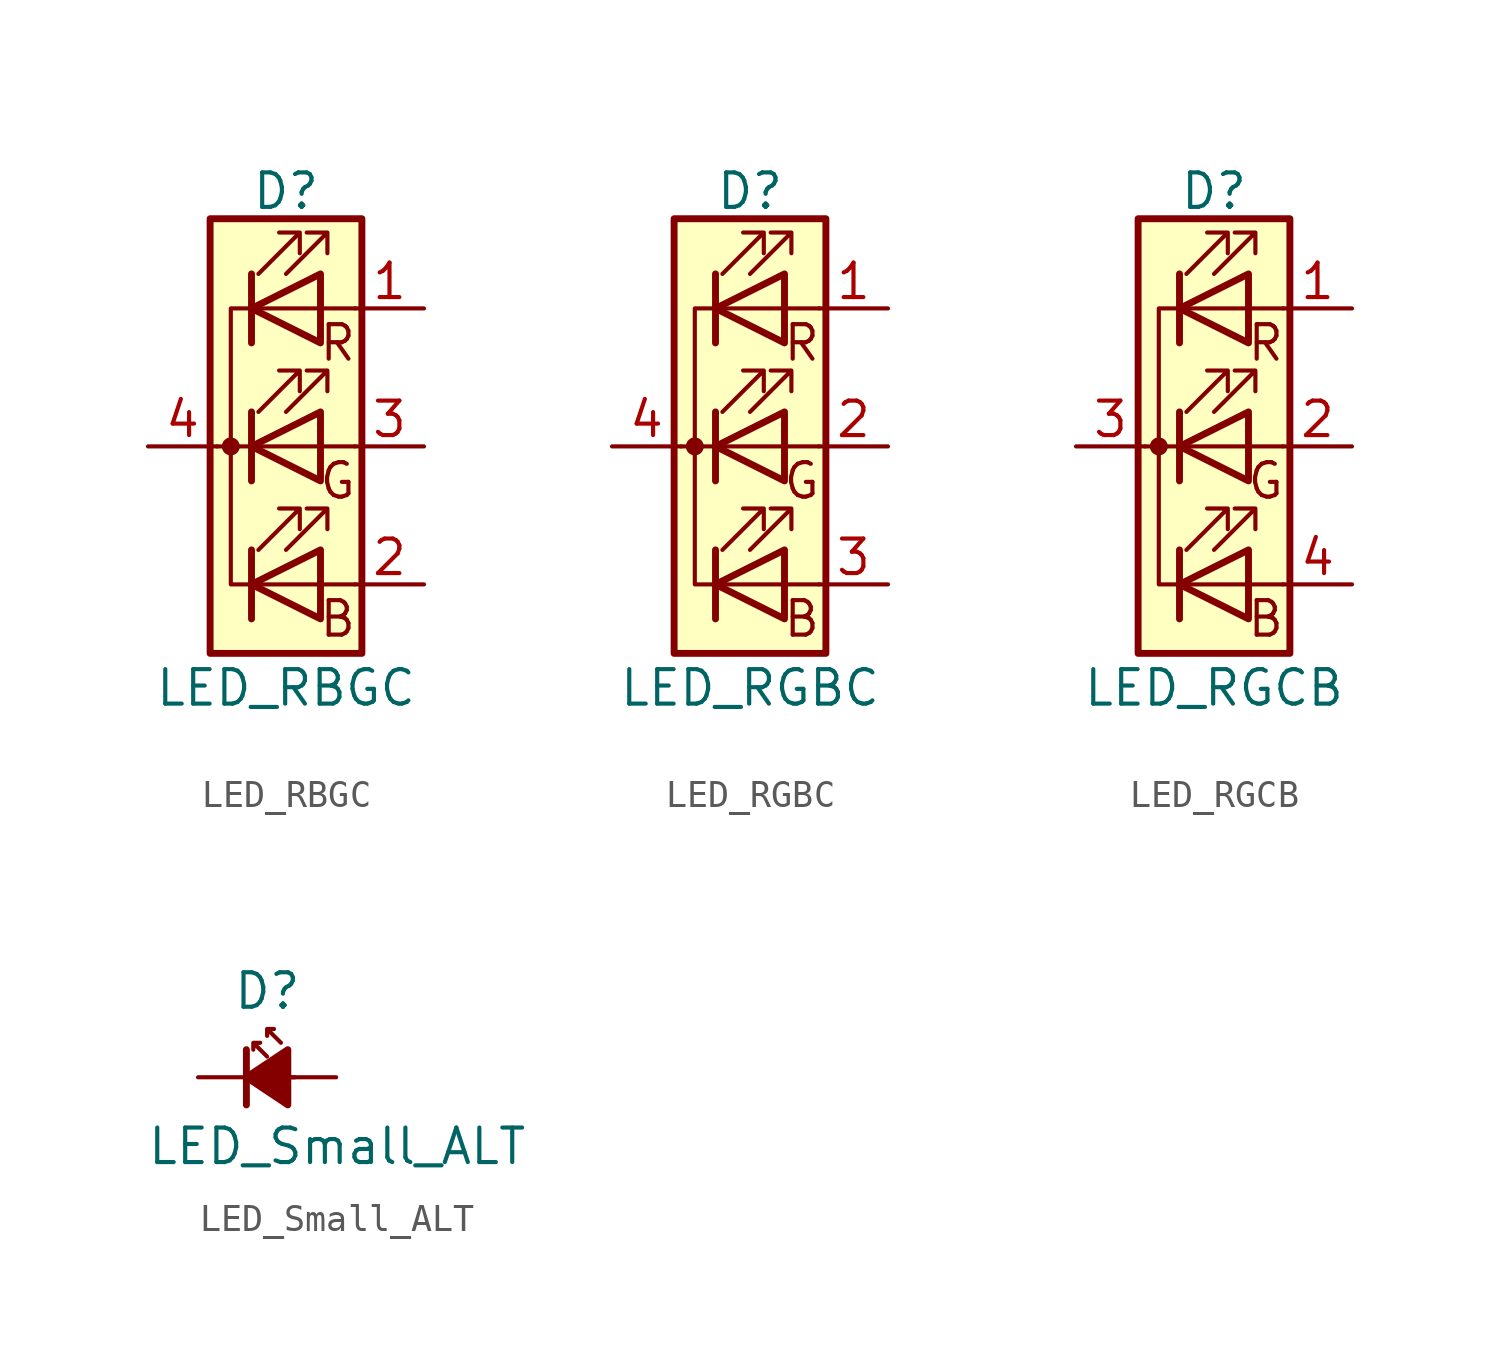
<source format=kicad_sym>
(kicad_symbol_lib
  (version 20211014)
  (generator kicad_symbol_editor)
  (symbol "LED_RBGC"
    (pin_names
      (offset 0) hide)
    (property "Reference" "D"
      (at 0 9.398 0)
      (effects (font (size 1.27 1.27))))
    (property "Value" "LED_RBGC"
      (at 0 -8.89 0)
      (effects (font (size 1.27 1.27))))
    (symbol "LED_RBGC_0_0"
      (text "B" (at 1.905 -6.35 0) (effects (font (size 1.27 1.27))))
      (text "G" (at 1.905 -1.27 0) (effects (font (size 1.27 1.27))))
      (text "R" (at 1.905 3.81 0) (effects (font (size 1.27 1.27)))))
    (symbol "LED_RBGC_0_1"
      (circle (center -2.032 0) (radius 0.254) (stroke (width 0) (type default) (color 0 0 0 0)) (fill (type outline)))
      (polyline (pts (xy -1.27 -5.08) (xy 1.27 -5.08)) (stroke (width 0) (type default) (color 0 0 0 0)) (fill (type none)))
      (polyline (pts (xy -1.27 -3.81) (xy -1.27 -6.35)) (stroke (width 0.254) (type default) (color 0 0 0 0)) (fill (type none)))
      (polyline (pts (xy -1.27 0) (xy -2.54 0)) (stroke (width 0) (type default) (color 0 0 0 0)) (fill (type none)))
      (polyline (pts (xy -1.27 1.27) (xy -1.27 -1.27)) (stroke (width 0.254) (type default) (color 0 0 0 0)) (fill (type none)))
      (polyline (pts (xy -1.27 5.08) (xy 1.27 5.08)) (stroke (width 0) (type default) (color 0 0 0 0)) (fill (type none)))
      (polyline (pts (xy -1.27 6.35) (xy -1.27 3.81)) (stroke (width 0.254) (type default) (color 0 0 0 0)) (fill (type none)))
      (polyline (pts (xy 1.27 -5.08) (xy 2.54 -5.08)) (stroke (width 0) (type default) (color 0 0 0 0)) (fill (type none)))
      (polyline (pts (xy 1.27 0) (xy -1.27 0)) (stroke (width 0) (type default) (color 0 0 0 0)) (fill (type none)))
      (polyline (pts (xy 1.27 0) (xy 2.54 0)) (stroke (width 0) (type default) (color 0 0 0 0)) (fill (type none)))
      (polyline (pts (xy 1.27 5.08) (xy 2.54 5.08)) (stroke (width 0) (type default) (color 0 0 0 0)) (fill (type none)))
      (polyline (pts (xy -1.27 1.27) (xy -1.27 -1.27) (xy -1.27 -1.27)) (stroke (width 0) (type default) (color 0 0 0 0)) (fill (type none)))
      (polyline (pts (xy -1.27 6.35) (xy -1.27 3.81) (xy -1.27 3.81)) (stroke (width 0) (type default) (color 0 0 0 0)) (fill (type none)))
      (polyline (pts (xy -1.27 5.08) (xy -2.032 5.08) (xy -2.032 -5.08) (xy -1.016 -5.08)) (stroke (width 0) (type default) (color 0 0 0 0)) (fill (type none)))
      (polyline (pts (xy 1.27 -3.81) (xy 1.27 -6.35) (xy -1.27 -5.08) (xy 1.27 -3.81)) (stroke (width 0.254) (type default) (color 0 0 0 0)) (fill (type none)))
      (polyline (pts (xy 1.27 1.27) (xy 1.27 -1.27) (xy -1.27 0) (xy 1.27 1.27)) (stroke (width 0.254) (type default) (color 0 0 0 0)) (fill (type none)))
      (polyline (pts (xy 1.27 6.35) (xy 1.27 3.81) (xy -1.27 5.08) (xy 1.27 6.35)) (stroke (width 0.254) (type default) (color 0 0 0 0)) (fill (type none)))
      (polyline (pts (xy -1.016 -3.81) (xy 0.508 -2.286) (xy -0.254 -2.286) (xy 0.508 -2.286) (xy 0.508 -3.048)) (stroke (width 0) (type default) (color 0 0 0 0)) (fill (type none)))
      (polyline (pts (xy -1.016 1.27) (xy 0.508 2.794) (xy -0.254 2.794) (xy 0.508 2.794) (xy 0.508 2.032)) (stroke (width 0) (type default) (color 0 0 0 0)) (fill (type none)))
      (polyline (pts (xy -1.016 6.35) (xy 0.508 7.874) (xy -0.254 7.874) (xy 0.508 7.874) (xy 0.508 7.112)) (stroke (width 0) (type default) (color 0 0 0 0)) (fill (type none)))
      (polyline (pts (xy 0 -3.81) (xy 1.524 -2.286) (xy 0.762 -2.286) (xy 1.524 -2.286) (xy 1.524 -3.048)) (stroke (width 0) (type default) (color 0 0 0 0)) (fill (type none)))
      (polyline (pts (xy 0 1.27) (xy 1.524 2.794) (xy 0.762 2.794) (xy 1.524 2.794) (xy 1.524 2.032)) (stroke (width 0) (type default) (color 0 0 0 0)) (fill (type none)))
      (polyline (pts (xy 0 6.35) (xy 1.524 7.874) (xy 0.762 7.874) (xy 1.524 7.874) (xy 1.524 7.112)) (stroke (width 0) (type default) (color 0 0 0 0)) (fill (type none)))
      (rectangle (start 1.27 -1.27) (end 1.27 1.27) (stroke (width 0) (type default) (color 0 0 0 0)) (fill (type none)))
      (rectangle (start 1.27 1.27) (end 1.27 1.27) (stroke (width 0) (type default) (color 0 0 0 0)) (fill (type none)))
      (rectangle (start 1.27 3.81) (end 1.27 6.35) (stroke (width 0) (type default) (color 0 0 0 0)) (fill (type none)))
      (rectangle (start 1.27 6.35) (end 1.27 6.35) (stroke (width 0) (type default) (color 0 0 0 0)) (fill (type none)))
      (rectangle (start 2.794 8.382) (end -2.794 -7.62) (stroke (width 0.254) (type default) (color 0 0 0 0)) (fill (type background))))
    (symbol "LED_RBGC_1_1"
      (pin passive line (at 5.08 5.08 180) (length 2.54) (name "RA" (effects (font (size 1.27 1.27)))) (number "1" (effects (font (size 1.27 1.27)))))
      (pin passive line (at 5.08 -5.08 180) (length 2.54) (name "BA" (effects (font (size 1.27 1.27)))) (number "2" (effects (font (size 1.27 1.27)))))
      (pin passive line (at 5.08 0 180) (length 2.54) (name "GA" (effects (font (size 1.27 1.27)))) (number "3" (effects (font (size 1.27 1.27)))))
      (pin passive line (at -5.08 0 0) (length 2.54) (name "K" (effects (font (size 1.27 1.27)))) (number "4" (effects (font (size 1.27 1.27)))))))
  (symbol "LED_RGBC"
    (pin_names
      (offset 0) hide)
    (property "Reference" "D"
      (at 0 9.398 0)
      (effects (font (size 1.27 1.27))))
    (property "Value" "LED_RGBC"
      (at 0 -8.89 0)
      (effects (font (size 1.27 1.27))))
    (symbol "LED_RGBC_0_0"
      (text "B" (at 1.905 -6.35 0) (effects (font (size 1.27 1.27))))
      (text "G" (at 1.905 -1.27 0) (effects (font (size 1.27 1.27))))
      (text "R" (at 1.905 3.81 0) (effects (font (size 1.27 1.27)))))
    (symbol "LED_RGBC_0_1"
      (circle (center -2.032 0) (radius 0.254) (stroke (width 0) (type default) (color 0 0 0 0)) (fill (type outline)))
      (polyline (pts (xy -1.27 -5.08) (xy 1.27 -5.08)) (stroke (width 0) (type default) (color 0 0 0 0)) (fill (type none)))
      (polyline (pts (xy -1.27 -3.81) (xy -1.27 -6.35)) (stroke (width 0.254) (type default) (color 0 0 0 0)) (fill (type none)))
      (polyline (pts (xy -1.27 0) (xy -2.54 0)) (stroke (width 0) (type default) (color 0 0 0 0)) (fill (type none)))
      (polyline (pts (xy -1.27 1.27) (xy -1.27 -1.27)) (stroke (width 0.254) (type default) (color 0 0 0 0)) (fill (type none)))
      (polyline (pts (xy -1.27 5.08) (xy 1.27 5.08)) (stroke (width 0) (type default) (color 0 0 0 0)) (fill (type none)))
      (polyline (pts (xy -1.27 6.35) (xy -1.27 3.81)) (stroke (width 0.254) (type default) (color 0 0 0 0)) (fill (type none)))
      (polyline (pts (xy 1.27 -5.08) (xy 2.54 -5.08)) (stroke (width 0) (type default) (color 0 0 0 0)) (fill (type none)))
      (polyline (pts (xy 1.27 0) (xy -1.27 0)) (stroke (width 0) (type default) (color 0 0 0 0)) (fill (type none)))
      (polyline (pts (xy 1.27 0) (xy 2.54 0)) (stroke (width 0) (type default) (color 0 0 0 0)) (fill (type none)))
      (polyline (pts (xy 1.27 5.08) (xy 2.54 5.08)) (stroke (width 0) (type default) (color 0 0 0 0)) (fill (type none)))
      (polyline (pts (xy -1.27 1.27) (xy -1.27 -1.27) (xy -1.27 -1.27)) (stroke (width 0) (type default) (color 0 0 0 0)) (fill (type none)))
      (polyline (pts (xy -1.27 6.35) (xy -1.27 3.81) (xy -1.27 3.81)) (stroke (width 0) (type default) (color 0 0 0 0)) (fill (type none)))
      (polyline (pts (xy -1.27 5.08) (xy -2.032 5.08) (xy -2.032 -5.08) (xy -1.016 -5.08)) (stroke (width 0) (type default) (color 0 0 0 0)) (fill (type none)))
      (polyline (pts (xy 1.27 -3.81) (xy 1.27 -6.35) (xy -1.27 -5.08) (xy 1.27 -3.81)) (stroke (width 0.254) (type default) (color 0 0 0 0)) (fill (type none)))
      (polyline (pts (xy 1.27 1.27) (xy 1.27 -1.27) (xy -1.27 0) (xy 1.27 1.27)) (stroke (width 0.254) (type default) (color 0 0 0 0)) (fill (type none)))
      (polyline (pts (xy 1.27 6.35) (xy 1.27 3.81) (xy -1.27 5.08) (xy 1.27 6.35)) (stroke (width 0.254) (type default) (color 0 0 0 0)) (fill (type none)))
      (polyline (pts (xy -1.016 -3.81) (xy 0.508 -2.286) (xy -0.254 -2.286) (xy 0.508 -2.286) (xy 0.508 -3.048)) (stroke (width 0) (type default) (color 0 0 0 0)) (fill (type none)))
      (polyline (pts (xy -1.016 1.27) (xy 0.508 2.794) (xy -0.254 2.794) (xy 0.508 2.794) (xy 0.508 2.032)) (stroke (width 0) (type default) (color 0 0 0 0)) (fill (type none)))
      (polyline (pts (xy -1.016 6.35) (xy 0.508 7.874) (xy -0.254 7.874) (xy 0.508 7.874) (xy 0.508 7.112)) (stroke (width 0) (type default) (color 0 0 0 0)) (fill (type none)))
      (polyline (pts (xy 0 -3.81) (xy 1.524 -2.286) (xy 0.762 -2.286) (xy 1.524 -2.286) (xy 1.524 -3.048)) (stroke (width 0) (type default) (color 0 0 0 0)) (fill (type none)))
      (polyline (pts (xy 0 1.27) (xy 1.524 2.794) (xy 0.762 2.794) (xy 1.524 2.794) (xy 1.524 2.032)) (stroke (width 0) (type default) (color 0 0 0 0)) (fill (type none)))
      (polyline (pts (xy 0 6.35) (xy 1.524 7.874) (xy 0.762 7.874) (xy 1.524 7.874) (xy 1.524 7.112)) (stroke (width 0) (type default) (color 0 0 0 0)) (fill (type none)))
      (rectangle (start 1.27 -1.27) (end 1.27 1.27) (stroke (width 0) (type default) (color 0 0 0 0)) (fill (type none)))
      (rectangle (start 1.27 1.27) (end 1.27 1.27) (stroke (width 0) (type default) (color 0 0 0 0)) (fill (type none)))
      (rectangle (start 1.27 3.81) (end 1.27 6.35) (stroke (width 0) (type default) (color 0 0 0 0)) (fill (type none)))
      (rectangle (start 1.27 6.35) (end 1.27 6.35) (stroke (width 0) (type default) (color 0 0 0 0)) (fill (type none)))
      (rectangle (start 2.794 8.382) (end -2.794 -7.62) (stroke (width 0.254) (type default) (color 0 0 0 0)) (fill (type background))))
    (symbol "LED_RGBC_1_1"
      (pin passive line (at 5.08 5.08 180) (length 2.54) (name "RA" (effects (font (size 1.27 1.27)))) (number "1" (effects (font (size 1.27 1.27)))))
      (pin passive line (at 5.08 0 180) (length 2.54) (name "GA" (effects (font (size 1.27 1.27)))) (number "2" (effects (font (size 1.27 1.27)))))
      (pin passive line (at 5.08 -5.08 180) (length 2.54) (name "BA" (effects (font (size 1.27 1.27)))) (number "3" (effects (font (size 1.27 1.27)))))
      (pin passive line (at -5.08 0 0) (length 2.54) (name "K" (effects (font (size 1.27 1.27)))) (number "4" (effects (font (size 1.27 1.27)))))))
  (symbol "LED_RGCB"
    (pin_names
      (offset 0) hide)
    (property "Reference" "D"
      (at 0 9.398 0)
      (effects (font (size 1.27 1.27))))
    (property "Value" "LED_RGCB"
      (at 0 -8.89 0)
      (effects (font (size 1.27 1.27))))
    (symbol "LED_RGCB_0_0"
      (text "B" (at 1.905 -6.35 0) (effects (font (size 1.27 1.27))))
      (text "G" (at 1.905 -1.27 0) (effects (font (size 1.27 1.27))))
      (text "R" (at 1.905 3.81 0) (effects (font (size 1.27 1.27)))))
    (symbol "LED_RGCB_0_1"
      (circle (center -2.032 0) (radius 0.254) (stroke (width 0) (type default) (color 0 0 0 0)) (fill (type outline)))
      (polyline (pts (xy -1.27 -5.08) (xy 1.27 -5.08)) (stroke (width 0) (type default) (color 0 0 0 0)) (fill (type none)))
      (polyline (pts (xy -1.27 -3.81) (xy -1.27 -6.35)) (stroke (width 0.254) (type default) (color 0 0 0 0)) (fill (type none)))
      (polyline (pts (xy -1.27 0) (xy -2.54 0)) (stroke (width 0) (type default) (color 0 0 0 0)) (fill (type none)))
      (polyline (pts (xy -1.27 1.27) (xy -1.27 -1.27)) (stroke (width 0.254) (type default) (color 0 0 0 0)) (fill (type none)))
      (polyline (pts (xy -1.27 5.08) (xy 1.27 5.08)) (stroke (width 0) (type default) (color 0 0 0 0)) (fill (type none)))
      (polyline (pts (xy -1.27 6.35) (xy -1.27 3.81)) (stroke (width 0.254) (type default) (color 0 0 0 0)) (fill (type none)))
      (polyline (pts (xy 1.27 -5.08) (xy 2.54 -5.08)) (stroke (width 0) (type default) (color 0 0 0 0)) (fill (type none)))
      (polyline (pts (xy 1.27 0) (xy -1.27 0)) (stroke (width 0) (type default) (color 0 0 0 0)) (fill (type none)))
      (polyline (pts (xy 1.27 0) (xy 2.54 0)) (stroke (width 0) (type default) (color 0 0 0 0)) (fill (type none)))
      (polyline (pts (xy 1.27 5.08) (xy 2.54 5.08)) (stroke (width 0) (type default) (color 0 0 0 0)) (fill (type none)))
      (polyline (pts (xy -1.27 1.27) (xy -1.27 -1.27) (xy -1.27 -1.27)) (stroke (width 0) (type default) (color 0 0 0 0)) (fill (type none)))
      (polyline (pts (xy -1.27 6.35) (xy -1.27 3.81) (xy -1.27 3.81)) (stroke (width 0) (type default) (color 0 0 0 0)) (fill (type none)))
      (polyline (pts (xy -1.27 5.08) (xy -2.032 5.08) (xy -2.032 -5.08) (xy -1.016 -5.08)) (stroke (width 0) (type default) (color 0 0 0 0)) (fill (type none)))
      (polyline (pts (xy 1.27 -3.81) (xy 1.27 -6.35) (xy -1.27 -5.08) (xy 1.27 -3.81)) (stroke (width 0.254) (type default) (color 0 0 0 0)) (fill (type none)))
      (polyline (pts (xy 1.27 1.27) (xy 1.27 -1.27) (xy -1.27 0) (xy 1.27 1.27)) (stroke (width 0.254) (type default) (color 0 0 0 0)) (fill (type none)))
      (polyline (pts (xy 1.27 6.35) (xy 1.27 3.81) (xy -1.27 5.08) (xy 1.27 6.35)) (stroke (width 0.254) (type default) (color 0 0 0 0)) (fill (type none)))
      (polyline (pts (xy -1.016 -3.81) (xy 0.508 -2.286) (xy -0.254 -2.286) (xy 0.508 -2.286) (xy 0.508 -3.048)) (stroke (width 0) (type default) (color 0 0 0 0)) (fill (type none)))
      (polyline (pts (xy -1.016 1.27) (xy 0.508 2.794) (xy -0.254 2.794) (xy 0.508 2.794) (xy 0.508 2.032)) (stroke (width 0) (type default) (color 0 0 0 0)) (fill (type none)))
      (polyline (pts (xy -1.016 6.35) (xy 0.508 7.874) (xy -0.254 7.874) (xy 0.508 7.874) (xy 0.508 7.112)) (stroke (width 0) (type default) (color 0 0 0 0)) (fill (type none)))
      (polyline (pts (xy 0 -3.81) (xy 1.524 -2.286) (xy 0.762 -2.286) (xy 1.524 -2.286) (xy 1.524 -3.048)) (stroke (width 0) (type default) (color 0 0 0 0)) (fill (type none)))
      (polyline (pts (xy 0 1.27) (xy 1.524 2.794) (xy 0.762 2.794) (xy 1.524 2.794) (xy 1.524 2.032)) (stroke (width 0) (type default) (color 0 0 0 0)) (fill (type none)))
      (polyline (pts (xy 0 6.35) (xy 1.524 7.874) (xy 0.762 7.874) (xy 1.524 7.874) (xy 1.524 7.112)) (stroke (width 0) (type default) (color 0 0 0 0)) (fill (type none)))
      (rectangle (start 1.27 -1.27) (end 1.27 1.27) (stroke (width 0) (type default) (color 0 0 0 0)) (fill (type none)))
      (rectangle (start 1.27 1.27) (end 1.27 1.27) (stroke (width 0) (type default) (color 0 0 0 0)) (fill (type none)))
      (rectangle (start 1.27 3.81) (end 1.27 6.35) (stroke (width 0) (type default) (color 0 0 0 0)) (fill (type none)))
      (rectangle (start 1.27 6.35) (end 1.27 6.35) (stroke (width 0) (type default) (color 0 0 0 0)) (fill (type none)))
      (rectangle (start 2.794 8.382) (end -2.794 -7.62) (stroke (width 0.254) (type default) (color 0 0 0 0)) (fill (type background))))
    (symbol "LED_RGCB_1_1"
      (pin passive line (at 5.08 5.08 180) (length 2.54) (name "RA" (effects (font (size 1.27 1.27)))) (number "1" (effects (font (size 1.27 1.27)))))
      (pin passive line (at 5.08 0 180) (length 2.54) (name "GA" (effects (font (size 1.27 1.27)))) (number "2" (effects (font (size 1.27 1.27)))))
      (pin passive line (at -5.08 0 0) (length 2.54) (name "K" (effects (font (size 1.27 1.27)))) (number "3" (effects (font (size 1.27 1.27)))))
      (pin passive line (at 5.08 -5.08 180) (length 2.54) (name "BA" (effects (font (size 1.27 1.27)))) (number "4" (effects (font (size 1.27 1.27)))))))
  (symbol "LED_Small_ALT"
    (pin_numbers hide)
    (pin_names
      (offset 0.254) hide)
    (property "Reference" "D"
      (at -1.27 3.175 0)
      (effects (font (size 1.27 1.27)) (justify left)))
    (property "Value" "LED_Small_ALT"
      (at -4.445 -2.54 0)
      (effects (font (size 1.27 1.27)) (justify left)))
    (symbol "LED_Small_ALT_0_1"
      (polyline (pts (xy -0.762 -1.016) (xy -0.762 1.016)) (stroke (width 0.254) (type default) (color 0 0 0 0)) (fill (type none)))
      (polyline (pts (xy 1.016 0) (xy -0.762 0)) (stroke (width 0) (type default) (color 0 0 0 0)) (fill (type none)))
      (polyline (pts (xy 0.762 -1.016) (xy -0.762 0) (xy 0.762 1.016) (xy 0.762 -1.016)) (stroke (width 0.254) (type default) (color 0 0 0 0)) (fill (type outline)))
      (polyline (pts (xy 0 0.762) (xy -0.508 1.27) (xy -0.254 1.27) (xy -0.508 1.27) (xy -0.508 1.016)) (stroke (width 0) (type default) (color 0 0 0 0)) (fill (type none)))
      (polyline (pts (xy 0.508 1.27) (xy 0 1.778) (xy 0.254 1.778) (xy 0 1.778) (xy 0 1.524)) (stroke (width 0) (type default) (color 0 0 0 0)) (fill (type none))))
    (symbol "LED_Small_ALT_1_1"
      (pin passive line (at -2.54 0 0) (length 1.778) (name "K" (effects (font (size 1.27 1.27)))) (number "1" (effects (font (size 1.27 1.27)))))
      (pin passive line (at 2.54 0 180) (length 1.778) (name "A" (effects (font (size 1.27 1.27)))) (number "2" (effects (font (size 1.27 1.27))))))))
</source>
